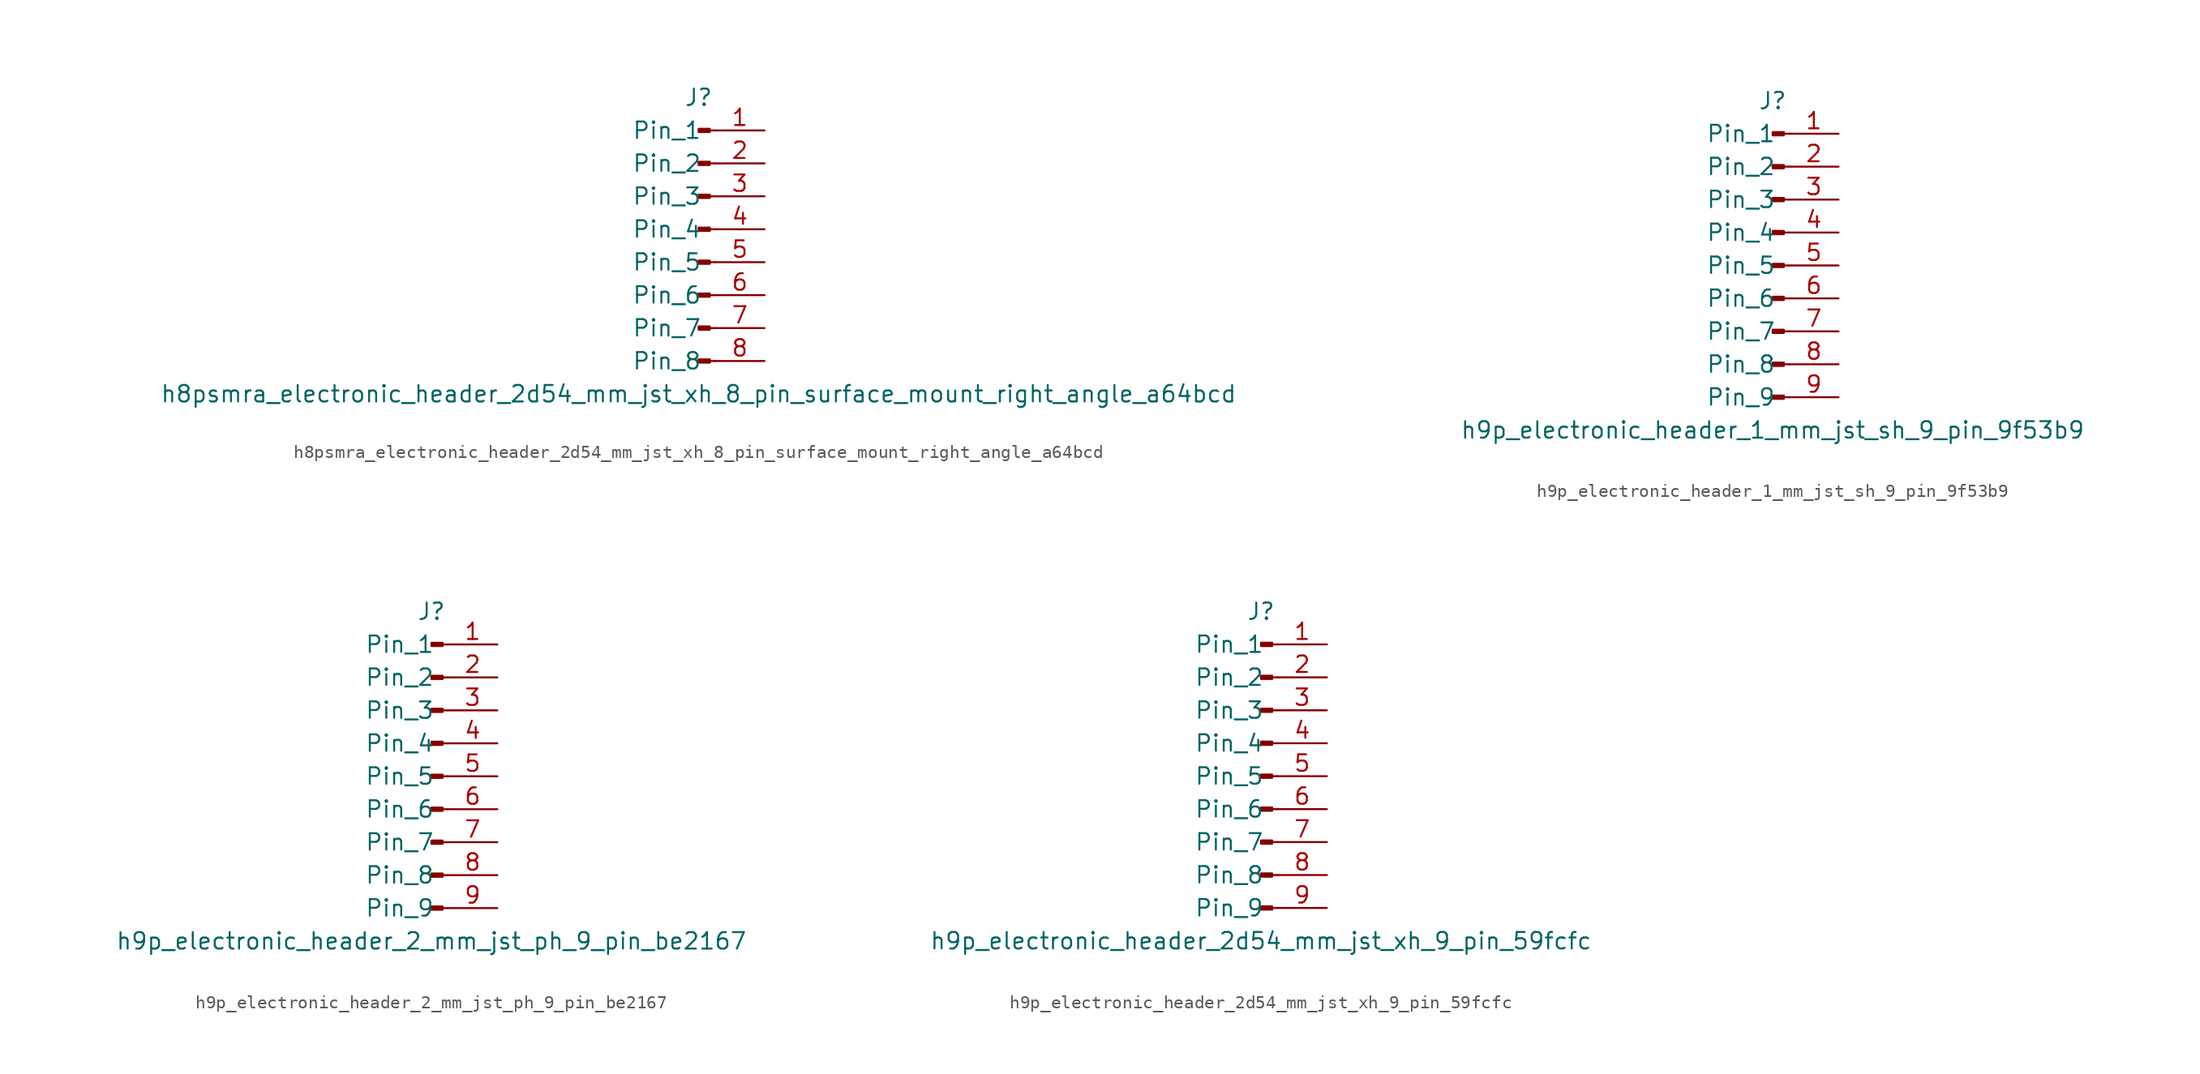
<source format=kicad_sym>
(kicad_symbol_lib
  (version 20220914)
  (generator kicad_symbol_editor)
  (symbol "h8psmra_electronic_header_2d54_mm_jst_xh_8_pin_surface_mount_right_angle_a64bcd"
    (pin_names
      (offset 1.016))
    (property "Reference" "J"
      (at 0 10.16 0)
      (effects (font (size 1.27 1.27))))
    (property "Value" "h8psmra_electronic_header_2d54_mm_jst_xh_8_pin_surface_mount_right_angle_a64bcd"
      (at 0 -12.7 0)
      (effects (font (size 1.27 1.27))))
    (property "ki_locked" ""
      (at 0 0 0)
      (effects (font (size 1.27 1.27))))
    (symbol "h8psmra_electronic_header_2d54_mm_jst_xh_8_pin_surface_mount_right_angle_a64bcd_1_1"
      (polyline (pts (xy 1.27 -10.16) (xy 0.864 -10.16)) (stroke (width 0.152) (type default)) (fill (type none)))
      (polyline (pts (xy 1.27 -7.62) (xy 0.864 -7.62)) (stroke (width 0.152) (type default)) (fill (type none)))
      (polyline (pts (xy 1.27 -5.08) (xy 0.864 -5.08)) (stroke (width 0.152) (type default)) (fill (type none)))
      (polyline (pts (xy 1.27 -2.54) (xy 0.864 -2.54)) (stroke (width 0.152) (type default)) (fill (type none)))
      (polyline (pts (xy 1.27 0) (xy 0.864 0)) (stroke (width 0.152) (type default)) (fill (type none)))
      (polyline (pts (xy 1.27 2.54) (xy 0.864 2.54)) (stroke (width 0.152) (type default)) (fill (type none)))
      (polyline (pts (xy 1.27 5.08) (xy 0.864 5.08)) (stroke (width 0.152) (type default)) (fill (type none)))
      (polyline (pts (xy 1.27 7.62) (xy 0.864 7.62)) (stroke (width 0.152) (type default)) (fill (type none)))
      (rectangle (start 0.864 -10.033) (end 0 -10.287) (stroke (width 0.152) (type default)) (fill (type outline)))
      (rectangle (start 0.864 -7.493) (end 0 -7.747) (stroke (width 0.152) (type default)) (fill (type outline)))
      (rectangle (start 0.864 -4.953) (end 0 -5.207) (stroke (width 0.152) (type default)) (fill (type outline)))
      (rectangle (start 0.864 -2.413) (end 0 -2.667) (stroke (width 0.152) (type default)) (fill (type outline)))
      (rectangle (start 0.864 0.127) (end 0 -0.127) (stroke (width 0.152) (type default)) (fill (type outline)))
      (rectangle (start 0.864 2.667) (end 0 2.413) (stroke (width 0.152) (type default)) (fill (type outline)))
      (rectangle (start 0.864 5.207) (end 0 4.953) (stroke (width 0.152) (type default)) (fill (type outline)))
      (rectangle (start 0.864 7.747) (end 0 7.493) (stroke (width 0.152) (type default)) (fill (type outline)))
      (pin passive line (at 5.08 7.62 180) (length 3.81) (name "Pin_1" (effects (font (size 1.27 1.27)))) (number "1" (effects (font (size 1.27 1.27)))))
      (pin passive line (at 5.08 5.08 180) (length 3.81) (name "Pin_2" (effects (font (size 1.27 1.27)))) (number "2" (effects (font (size 1.27 1.27)))))
      (pin passive line (at 5.08 2.54 180) (length 3.81) (name "Pin_3" (effects (font (size 1.27 1.27)))) (number "3" (effects (font (size 1.27 1.27)))))
      (pin passive line (at 5.08 0 180) (length 3.81) (name "Pin_4" (effects (font (size 1.27 1.27)))) (number "4" (effects (font (size 1.27 1.27)))))
      (pin passive line (at 5.08 -2.54 180) (length 3.81) (name "Pin_5" (effects (font (size 1.27 1.27)))) (number "5" (effects (font (size 1.27 1.27)))))
      (pin passive line (at 5.08 -5.08 180) (length 3.81) (name "Pin_6" (effects (font (size 1.27 1.27)))) (number "6" (effects (font (size 1.27 1.27)))))
      (pin passive line (at 5.08 -7.62 180) (length 3.81) (name "Pin_7" (effects (font (size 1.27 1.27)))) (number "7" (effects (font (size 1.27 1.27)))))
      (pin passive line (at 5.08 -10.16 180) (length 3.81) (name "Pin_8" (effects (font (size 1.27 1.27)))) (number "8" (effects (font (size 1.27 1.27)))))))
  (symbol "h9p_electronic_header_1_mm_jst_sh_9_pin_9f53b9"
    (pin_names
      (offset 1.016))
    (property "Reference" "J"
      (at 0 12.7 0)
      (effects (font (size 1.27 1.27))))
    (property "Value" "h9p_electronic_header_1_mm_jst_sh_9_pin_9f53b9"
      (at 0 -12.7 0)
      (effects (font (size 1.27 1.27))))
    (property "ki_locked" ""
      (at 0 0 0)
      (effects (font (size 1.27 1.27))))
    (symbol "h9p_electronic_header_1_mm_jst_sh_9_pin_9f53b9_1_1"
      (polyline (pts (xy 1.27 -10.16) (xy 0.864 -10.16)) (stroke (width 0.152) (type default)) (fill (type none)))
      (polyline (pts (xy 1.27 -7.62) (xy 0.864 -7.62)) (stroke (width 0.152) (type default)) (fill (type none)))
      (polyline (pts (xy 1.27 -5.08) (xy 0.864 -5.08)) (stroke (width 0.152) (type default)) (fill (type none)))
      (polyline (pts (xy 1.27 -2.54) (xy 0.864 -2.54)) (stroke (width 0.152) (type default)) (fill (type none)))
      (polyline (pts (xy 1.27 0) (xy 0.864 0)) (stroke (width 0.152) (type default)) (fill (type none)))
      (polyline (pts (xy 1.27 2.54) (xy 0.864 2.54)) (stroke (width 0.152) (type default)) (fill (type none)))
      (polyline (pts (xy 1.27 5.08) (xy 0.864 5.08)) (stroke (width 0.152) (type default)) (fill (type none)))
      (polyline (pts (xy 1.27 7.62) (xy 0.864 7.62)) (stroke (width 0.152) (type default)) (fill (type none)))
      (polyline (pts (xy 1.27 10.16) (xy 0.864 10.16)) (stroke (width 0.152) (type default)) (fill (type none)))
      (rectangle (start 0.864 -10.033) (end 0 -10.287) (stroke (width 0.152) (type default)) (fill (type outline)))
      (rectangle (start 0.864 -7.493) (end 0 -7.747) (stroke (width 0.152) (type default)) (fill (type outline)))
      (rectangle (start 0.864 -4.953) (end 0 -5.207) (stroke (width 0.152) (type default)) (fill (type outline)))
      (rectangle (start 0.864 -2.413) (end 0 -2.667) (stroke (width 0.152) (type default)) (fill (type outline)))
      (rectangle (start 0.864 0.127) (end 0 -0.127) (stroke (width 0.152) (type default)) (fill (type outline)))
      (rectangle (start 0.864 2.667) (end 0 2.413) (stroke (width 0.152) (type default)) (fill (type outline)))
      (rectangle (start 0.864 5.207) (end 0 4.953) (stroke (width 0.152) (type default)) (fill (type outline)))
      (rectangle (start 0.864 7.747) (end 0 7.493) (stroke (width 0.152) (type default)) (fill (type outline)))
      (rectangle (start 0.864 10.287) (end 0 10.033) (stroke (width 0.152) (type default)) (fill (type outline)))
      (pin passive line (at 5.08 10.16 180) (length 3.81) (name "Pin_1" (effects (font (size 1.27 1.27)))) (number "1" (effects (font (size 1.27 1.27)))))
      (pin passive line (at 5.08 7.62 180) (length 3.81) (name "Pin_2" (effects (font (size 1.27 1.27)))) (number "2" (effects (font (size 1.27 1.27)))))
      (pin passive line (at 5.08 5.08 180) (length 3.81) (name "Pin_3" (effects (font (size 1.27 1.27)))) (number "3" (effects (font (size 1.27 1.27)))))
      (pin passive line (at 5.08 2.54 180) (length 3.81) (name "Pin_4" (effects (font (size 1.27 1.27)))) (number "4" (effects (font (size 1.27 1.27)))))
      (pin passive line (at 5.08 0 180) (length 3.81) (name "Pin_5" (effects (font (size 1.27 1.27)))) (number "5" (effects (font (size 1.27 1.27)))))
      (pin passive line (at 5.08 -2.54 180) (length 3.81) (name "Pin_6" (effects (font (size 1.27 1.27)))) (number "6" (effects (font (size 1.27 1.27)))))
      (pin passive line (at 5.08 -5.08 180) (length 3.81) (name "Pin_7" (effects (font (size 1.27 1.27)))) (number "7" (effects (font (size 1.27 1.27)))))
      (pin passive line (at 5.08 -7.62 180) (length 3.81) (name "Pin_8" (effects (font (size 1.27 1.27)))) (number "8" (effects (font (size 1.27 1.27)))))
      (pin passive line (at 5.08 -10.16 180) (length 3.81) (name "Pin_9" (effects (font (size 1.27 1.27)))) (number "9" (effects (font (size 1.27 1.27)))))))
  (symbol "h9p_electronic_header_2_mm_jst_ph_9_pin_be2167"
    (pin_names
      (offset 1.016))
    (property "Reference" "J"
      (at 0 12.7 0)
      (effects (font (size 1.27 1.27))))
    (property "Value" "h9p_electronic_header_2_mm_jst_ph_9_pin_be2167"
      (at 0 -12.7 0)
      (effects (font (size 1.27 1.27))))
    (property "ki_locked" ""
      (at 0 0 0)
      (effects (font (size 1.27 1.27))))
    (symbol "h9p_electronic_header_2_mm_jst_ph_9_pin_be2167_1_1"
      (polyline (pts (xy 1.27 -10.16) (xy 0.864 -10.16)) (stroke (width 0.152) (type default)) (fill (type none)))
      (polyline (pts (xy 1.27 -7.62) (xy 0.864 -7.62)) (stroke (width 0.152) (type default)) (fill (type none)))
      (polyline (pts (xy 1.27 -5.08) (xy 0.864 -5.08)) (stroke (width 0.152) (type default)) (fill (type none)))
      (polyline (pts (xy 1.27 -2.54) (xy 0.864 -2.54)) (stroke (width 0.152) (type default)) (fill (type none)))
      (polyline (pts (xy 1.27 0) (xy 0.864 0)) (stroke (width 0.152) (type default)) (fill (type none)))
      (polyline (pts (xy 1.27 2.54) (xy 0.864 2.54)) (stroke (width 0.152) (type default)) (fill (type none)))
      (polyline (pts (xy 1.27 5.08) (xy 0.864 5.08)) (stroke (width 0.152) (type default)) (fill (type none)))
      (polyline (pts (xy 1.27 7.62) (xy 0.864 7.62)) (stroke (width 0.152) (type default)) (fill (type none)))
      (polyline (pts (xy 1.27 10.16) (xy 0.864 10.16)) (stroke (width 0.152) (type default)) (fill (type none)))
      (rectangle (start 0.864 -10.033) (end 0 -10.287) (stroke (width 0.152) (type default)) (fill (type outline)))
      (rectangle (start 0.864 -7.493) (end 0 -7.747) (stroke (width 0.152) (type default)) (fill (type outline)))
      (rectangle (start 0.864 -4.953) (end 0 -5.207) (stroke (width 0.152) (type default)) (fill (type outline)))
      (rectangle (start 0.864 -2.413) (end 0 -2.667) (stroke (width 0.152) (type default)) (fill (type outline)))
      (rectangle (start 0.864 0.127) (end 0 -0.127) (stroke (width 0.152) (type default)) (fill (type outline)))
      (rectangle (start 0.864 2.667) (end 0 2.413) (stroke (width 0.152) (type default)) (fill (type outline)))
      (rectangle (start 0.864 5.207) (end 0 4.953) (stroke (width 0.152) (type default)) (fill (type outline)))
      (rectangle (start 0.864 7.747) (end 0 7.493) (stroke (width 0.152) (type default)) (fill (type outline)))
      (rectangle (start 0.864 10.287) (end 0 10.033) (stroke (width 0.152) (type default)) (fill (type outline)))
      (pin passive line (at 5.08 10.16 180) (length 3.81) (name "Pin_1" (effects (font (size 1.27 1.27)))) (number "1" (effects (font (size 1.27 1.27)))))
      (pin passive line (at 5.08 7.62 180) (length 3.81) (name "Pin_2" (effects (font (size 1.27 1.27)))) (number "2" (effects (font (size 1.27 1.27)))))
      (pin passive line (at 5.08 5.08 180) (length 3.81) (name "Pin_3" (effects (font (size 1.27 1.27)))) (number "3" (effects (font (size 1.27 1.27)))))
      (pin passive line (at 5.08 2.54 180) (length 3.81) (name "Pin_4" (effects (font (size 1.27 1.27)))) (number "4" (effects (font (size 1.27 1.27)))))
      (pin passive line (at 5.08 0 180) (length 3.81) (name "Pin_5" (effects (font (size 1.27 1.27)))) (number "5" (effects (font (size 1.27 1.27)))))
      (pin passive line (at 5.08 -2.54 180) (length 3.81) (name "Pin_6" (effects (font (size 1.27 1.27)))) (number "6" (effects (font (size 1.27 1.27)))))
      (pin passive line (at 5.08 -5.08 180) (length 3.81) (name "Pin_7" (effects (font (size 1.27 1.27)))) (number "7" (effects (font (size 1.27 1.27)))))
      (pin passive line (at 5.08 -7.62 180) (length 3.81) (name "Pin_8" (effects (font (size 1.27 1.27)))) (number "8" (effects (font (size 1.27 1.27)))))
      (pin passive line (at 5.08 -10.16 180) (length 3.81) (name "Pin_9" (effects (font (size 1.27 1.27)))) (number "9" (effects (font (size 1.27 1.27)))))))
  (symbol "h9p_electronic_header_2d54_mm_jst_xh_9_pin_59fcfc"
    (pin_names
      (offset 1.016))
    (property "Reference" "J"
      (at 0 12.7 0)
      (effects (font (size 1.27 1.27))))
    (property "Value" "h9p_electronic_header_2d54_mm_jst_xh_9_pin_59fcfc"
      (at 0 -12.7 0)
      (effects (font (size 1.27 1.27))))
    (property "ki_locked" ""
      (at 0 0 0)
      (effects (font (size 1.27 1.27))))
    (symbol "h9p_electronic_header_2d54_mm_jst_xh_9_pin_59fcfc_1_1"
      (polyline (pts (xy 1.27 -10.16) (xy 0.864 -10.16)) (stroke (width 0.152) (type default)) (fill (type none)))
      (polyline (pts (xy 1.27 -7.62) (xy 0.864 -7.62)) (stroke (width 0.152) (type default)) (fill (type none)))
      (polyline (pts (xy 1.27 -5.08) (xy 0.864 -5.08)) (stroke (width 0.152) (type default)) (fill (type none)))
      (polyline (pts (xy 1.27 -2.54) (xy 0.864 -2.54)) (stroke (width 0.152) (type default)) (fill (type none)))
      (polyline (pts (xy 1.27 0) (xy 0.864 0)) (stroke (width 0.152) (type default)) (fill (type none)))
      (polyline (pts (xy 1.27 2.54) (xy 0.864 2.54)) (stroke (width 0.152) (type default)) (fill (type none)))
      (polyline (pts (xy 1.27 5.08) (xy 0.864 5.08)) (stroke (width 0.152) (type default)) (fill (type none)))
      (polyline (pts (xy 1.27 7.62) (xy 0.864 7.62)) (stroke (width 0.152) (type default)) (fill (type none)))
      (polyline (pts (xy 1.27 10.16) (xy 0.864 10.16)) (stroke (width 0.152) (type default)) (fill (type none)))
      (rectangle (start 0.864 -10.033) (end 0 -10.287) (stroke (width 0.152) (type default)) (fill (type outline)))
      (rectangle (start 0.864 -7.493) (end 0 -7.747) (stroke (width 0.152) (type default)) (fill (type outline)))
      (rectangle (start 0.864 -4.953) (end 0 -5.207) (stroke (width 0.152) (type default)) (fill (type outline)))
      (rectangle (start 0.864 -2.413) (end 0 -2.667) (stroke (width 0.152) (type default)) (fill (type outline)))
      (rectangle (start 0.864 0.127) (end 0 -0.127) (stroke (width 0.152) (type default)) (fill (type outline)))
      (rectangle (start 0.864 2.667) (end 0 2.413) (stroke (width 0.152) (type default)) (fill (type outline)))
      (rectangle (start 0.864 5.207) (end 0 4.953) (stroke (width 0.152) (type default)) (fill (type outline)))
      (rectangle (start 0.864 7.747) (end 0 7.493) (stroke (width 0.152) (type default)) (fill (type outline)))
      (rectangle (start 0.864 10.287) (end 0 10.033) (stroke (width 0.152) (type default)) (fill (type outline)))
      (pin passive line (at 5.08 10.16 180) (length 3.81) (name "Pin_1" (effects (font (size 1.27 1.27)))) (number "1" (effects (font (size 1.27 1.27)))))
      (pin passive line (at 5.08 7.62 180) (length 3.81) (name "Pin_2" (effects (font (size 1.27 1.27)))) (number "2" (effects (font (size 1.27 1.27)))))
      (pin passive line (at 5.08 5.08 180) (length 3.81) (name "Pin_3" (effects (font (size 1.27 1.27)))) (number "3" (effects (font (size 1.27 1.27)))))
      (pin passive line (at 5.08 2.54 180) (length 3.81) (name "Pin_4" (effects (font (size 1.27 1.27)))) (number "4" (effects (font (size 1.27 1.27)))))
      (pin passive line (at 5.08 0 180) (length 3.81) (name "Pin_5" (effects (font (size 1.27 1.27)))) (number "5" (effects (font (size 1.27 1.27)))))
      (pin passive line (at 5.08 -2.54 180) (length 3.81) (name "Pin_6" (effects (font (size 1.27 1.27)))) (number "6" (effects (font (size 1.27 1.27)))))
      (pin passive line (at 5.08 -5.08 180) (length 3.81) (name "Pin_7" (effects (font (size 1.27 1.27)))) (number "7" (effects (font (size 1.27 1.27)))))
      (pin passive line (at 5.08 -7.62 180) (length 3.81) (name "Pin_8" (effects (font (size 1.27 1.27)))) (number "8" (effects (font (size 1.27 1.27)))))
      (pin passive line (at 5.08 -10.16 180) (length 3.81) (name "Pin_9" (effects (font (size 1.27 1.27)))) (number "9" (effects (font (size 1.27 1.27))))))))
</source>
